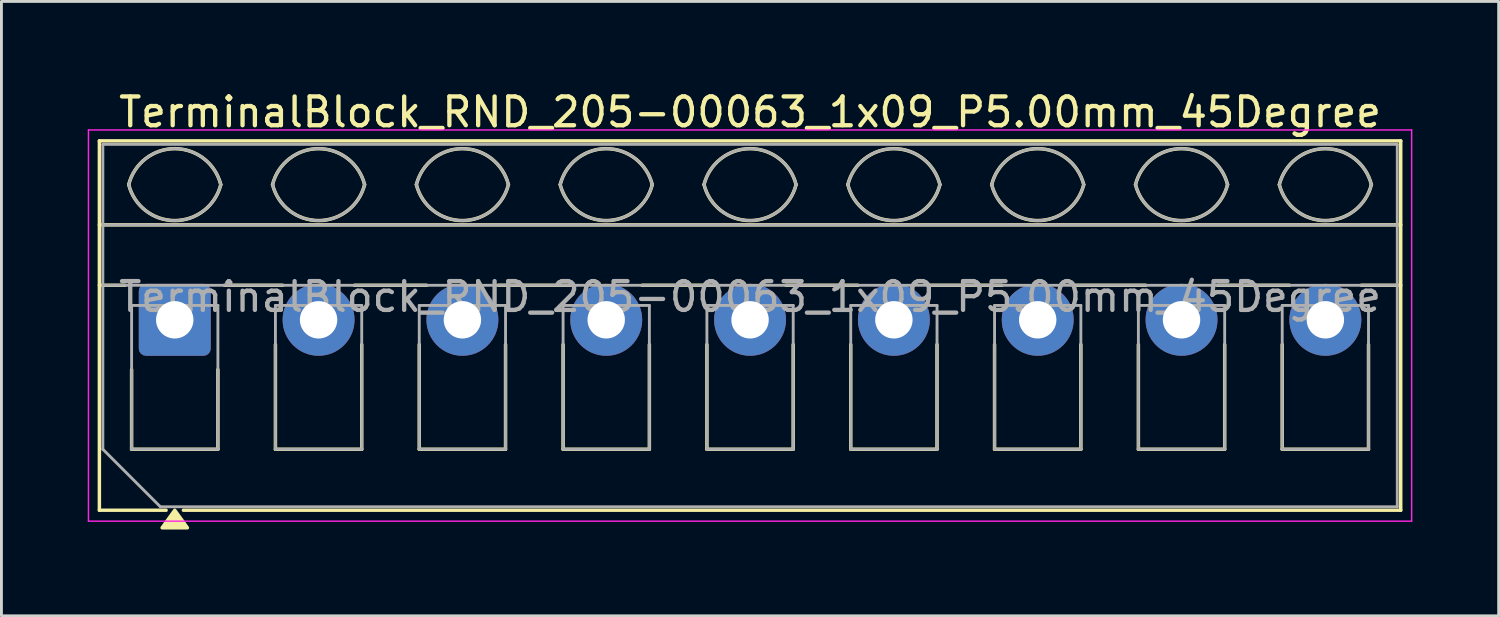
<source format=kicad_pcb>
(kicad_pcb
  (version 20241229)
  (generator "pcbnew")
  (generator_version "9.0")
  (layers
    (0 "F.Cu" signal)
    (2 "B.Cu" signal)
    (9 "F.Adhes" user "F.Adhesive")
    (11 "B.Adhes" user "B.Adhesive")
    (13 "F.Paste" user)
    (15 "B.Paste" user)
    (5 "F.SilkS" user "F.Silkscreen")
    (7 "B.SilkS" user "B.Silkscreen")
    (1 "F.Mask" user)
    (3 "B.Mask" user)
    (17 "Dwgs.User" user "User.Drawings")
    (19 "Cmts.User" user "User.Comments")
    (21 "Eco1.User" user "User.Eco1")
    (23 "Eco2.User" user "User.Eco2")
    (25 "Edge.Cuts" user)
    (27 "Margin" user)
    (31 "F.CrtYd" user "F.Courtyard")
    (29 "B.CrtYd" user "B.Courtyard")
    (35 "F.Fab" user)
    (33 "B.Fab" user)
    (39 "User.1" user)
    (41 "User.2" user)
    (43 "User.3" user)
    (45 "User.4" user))
  (footprint "TerminalBlock_RND_205-00063_1x09_P5.00mm_45Degree"
    (layer "F.Cu")
    (at 3.025 8.068)
    (property "Reference" "TerminalBlock_RND_205-00063_1x09_P5.00mm_45Degree" (at 20 -7.22 0) (layer "F.SilkS") (effects (font (size 1 1) (thickness 0.15))))
    (attr through_hole)
    (fp_line (start -2.62 -6.22) (end 42.62 -6.22) (stroke (width 0.12) (type solid)) (layer "F.SilkS"))
    (fp_line (start -2.62 -3.3) (end 42.62 -3.3) (stroke (width 0.12) (type solid)) (layer "F.SilkS"))
    (fp_line (start -2.62 -1.2) (end -1.73 -1.2) (stroke (width 0.12) (type solid)) (layer "F.SilkS"))
    (fp_line (start -2.62 6.62) (end -2.62 -6.22) (stroke (width 0.12) (type solid)) (layer "F.SilkS"))
    (fp_line (start -1.5 4.5) (end -1.5 1.73) (stroke (width 0.12) (type solid)) (layer "F.SilkS"))
    (fp_line (start -0.3 6.62) (end -2.62 6.62) (stroke (width 0.12) (type solid)) (layer "F.SilkS"))
    (fp_line (start 1.5 1.73) (end 1.5 4.5) (stroke (width 0.12) (type solid)) (layer "F.SilkS"))
    (fp_line (start 1.5 4.5) (end -1.5 4.5) (stroke (width 0.12) (type solid)) (layer "F.SilkS"))
    (fp_line (start 1.73 -1.2) (end 3.754 -1.2) (stroke (width 0.12) (type solid)) (layer "F.SilkS"))
    (fp_line (start 3.5 4.5) (end 3.5 0.862) (stroke (width 0.12) (type solid)) (layer "F.SilkS"))
    (fp_line (start 6.246 -1.2) (end 8.754 -1.2) (stroke (width 0.12) (type solid)) (layer "F.SilkS"))
    (fp_line (start 6.5 0.862) (end 6.5 4.5) (stroke (width 0.12) (type solid)) (layer "F.SilkS"))
    (fp_line (start 6.5 4.5) (end 3.5 4.5) (stroke (width 0.12) (type solid)) (layer "F.SilkS"))
    (fp_line (start 8.5 4.5) (end 8.5 0.862) (stroke (width 0.12) (type solid)) (layer "F.SilkS"))
    (fp_line (start 11.246 -1.2) (end 13.754 -1.2) (stroke (width 0.12) (type solid)) (layer "F.SilkS"))
    (fp_line (start 11.5 0.862) (end 11.5 4.5) (stroke (width 0.12) (type solid)) (layer "F.SilkS"))
    (fp_line (start 11.5 4.5) (end 8.5 4.5) (stroke (width 0.12) (type solid)) (layer "F.SilkS"))
    (fp_line (start 13.5 4.5) (end 13.5 0.862) (stroke (width 0.12) (type solid)) (layer "F.SilkS"))
    (fp_line (start 16.246 -1.2) (end 18.754 -1.2) (stroke (width 0.12) (type solid)) (layer "F.SilkS"))
    (fp_line (start 16.5 0.862) (end 16.5 4.5) (stroke (width 0.12) (type solid)) (layer "F.SilkS"))
    (fp_line (start 16.5 4.5) (end 13.5 4.5) (stroke (width 0.12) (type solid)) (layer "F.SilkS"))
    (fp_line (start 18.5 4.5) (end 18.5 0.862) (stroke (width 0.12) (type solid)) (layer "F.SilkS"))
    (fp_line (start 21.246 -1.2) (end 23.754 -1.2) (stroke (width 0.12) (type solid)) (layer "F.SilkS"))
    (fp_line (start 21.5 0.862) (end 21.5 4.5) (stroke (width 0.12) (type solid)) (layer "F.SilkS"))
    (fp_line (start 21.5 4.5) (end 18.5 4.5) (stroke (width 0.12) (type solid)) (layer "F.SilkS"))
    (fp_line (start 23.5 4.5) (end 23.5 0.862) (stroke (width 0.12) (type solid)) (layer "F.SilkS"))
    (fp_line (start 26.246 -1.2) (end 28.754 -1.2) (stroke (width 0.12) (type solid)) (layer "F.SilkS"))
    (fp_line (start 26.5 0.862) (end 26.5 4.5) (stroke (width 0.12) (type solid)) (layer "F.SilkS"))
    (fp_line (start 26.5 4.5) (end 23.5 4.5) (stroke (width 0.12) (type solid)) (layer "F.SilkS"))
    (fp_line (start 28.5 4.5) (end 28.5 0.862) (stroke (width 0.12) (type solid)) (layer "F.SilkS"))
    (fp_line (start 31.246 -1.2) (end 33.754 -1.2) (stroke (width 0.12) (type solid)) (layer "F.SilkS"))
    (fp_line (start 31.5 0.862) (end 31.5 4.5) (stroke (width 0.12) (type solid)) (layer "F.SilkS"))
    (fp_line (start 31.5 4.5) (end 28.5 4.5) (stroke (width 0.12) (type solid)) (layer "F.SilkS"))
    (fp_line (start 33.5 4.5) (end 33.5 0.862) (stroke (width 0.12) (type solid)) (layer "F.SilkS"))
    (fp_line (start 36.246 -1.2) (end 38.754 -1.2) (stroke (width 0.12) (type solid)) (layer "F.SilkS"))
    (fp_line (start 36.5 0.862) (end 36.5 4.5) (stroke (width 0.12) (type solid)) (layer "F.SilkS"))
    (fp_line (start 36.5 4.5) (end 33.5 4.5) (stroke (width 0.12) (type solid)) (layer "F.SilkS"))
    (fp_line (start 38.5 4.5) (end 38.5 0.862) (stroke (width 0.12) (type solid)) (layer "F.SilkS"))
    (fp_line (start 41.246 -1.2) (end 42.62 -1.2) (stroke (width 0.12) (type solid)) (layer "F.SilkS"))
    (fp_line (start 41.5 0.862) (end 41.5 4.5) (stroke (width 0.12) (type solid)) (layer "F.SilkS"))
    (fp_line (start 41.5 4.5) (end 38.5 4.5) (stroke (width 0.12) (type solid)) (layer "F.SilkS"))
    (fp_line (start 42.62 -6.22) (end 42.62 6.62) (stroke (width 0.12) (type solid)) (layer "F.SilkS"))
    (fp_line (start 42.62 6.62) (end 0.3 6.62) (stroke (width 0.12) (type solid)) (layer "F.SilkS"))
    (fp_arc (start -1.6 -4.7) (mid 0 -5.95) (end 1.6 -4.7) (stroke (width 0.12) (type solid)) (layer "F.SilkS"))
    (fp_arc (start 1.6 -4.7) (mid 0 -3.45) (end -1.6 -4.7) (stroke (width 0.12) (type solid)) (layer "F.SilkS"))
    (fp_arc (start 3.4 -4.7) (mid 5 -5.95) (end 6.6 -4.7) (stroke (width 0.12) (type solid)) (layer "F.SilkS"))
    (fp_arc (start 6.6 -4.7) (mid 5 -3.45) (end 3.4 -4.7) (stroke (width 0.12) (type solid)) (layer "F.SilkS"))
    (fp_arc (start 8.4 -4.7) (mid 10 -5.95) (end 11.6 -4.7) (stroke (width 0.12) (type solid)) (layer "F.SilkS"))
    (fp_arc (start 11.6 -4.7) (mid 10 -3.45) (end 8.4 -4.7) (stroke (width 0.12) (type solid)) (layer "F.SilkS"))
    (fp_arc (start 13.4 -4.7) (mid 15 -5.95) (end 16.6 -4.7) (stroke (width 0.12) (type solid)) (layer "F.SilkS"))
    (fp_arc (start 16.6 -4.7) (mid 15 -3.45) (end 13.4 -4.7) (stroke (width 0.12) (type solid)) (layer "F.SilkS"))
    (fp_arc (start 18.4 -4.7) (mid 20 -5.95) (end 21.6 -4.7) (stroke (width 0.12) (type solid)) (layer "F.SilkS"))
    (fp_arc (start 21.6 -4.7) (mid 20 -3.45) (end 18.4 -4.7) (stroke (width 0.12) (type solid)) (layer "F.SilkS"))
    (fp_arc (start 23.4 -4.7) (mid 25 -5.95) (end 26.6 -4.7) (stroke (width 0.12) (type solid)) (layer "F.SilkS"))
    (fp_arc (start 26.6 -4.7) (mid 25 -3.45) (end 23.4 -4.7) (stroke (width 0.12) (type solid)) (layer "F.SilkS"))
    (fp_arc (start 28.4 -4.7) (mid 30 -5.95) (end 31.6 -4.7) (stroke (width 0.12) (type solid)) (layer "F.SilkS"))
    (fp_arc (start 31.6 -4.7) (mid 30 -3.45) (end 28.4 -4.7) (stroke (width 0.12) (type solid)) (layer "F.SilkS"))
    (fp_arc (start 33.4 -4.7) (mid 35 -5.95) (end 36.6 -4.7) (stroke (width 0.12) (type solid)) (layer "F.SilkS"))
    (fp_arc (start 36.6 -4.7) (mid 35 -3.45) (end 33.4 -4.7) (stroke (width 0.12) (type solid)) (layer "F.SilkS"))
    (fp_arc (start 38.4 -4.7) (mid 40 -5.95) (end 41.6 -4.7) (stroke (width 0.12) (type solid)) (layer "F.SilkS"))
    (fp_arc (start 41.6 -4.7) (mid 40 -3.45) (end 38.4 -4.7) (stroke (width 0.12) (type solid)) (layer "F.SilkS"))
    (fp_poly (pts (xy 0 6.62) (xy 0.44 7.23) (xy -0.44 7.23)) (stroke (width 0.12) (type solid)) (fill yes) (layer "F.SilkS"))
    (fp_line (start -3 -6.6) (end -3 7) (stroke (width 0.05) (type solid)) (layer "F.CrtYd"))
    (fp_line (start -3 7) (end 43 7) (stroke (width 0.05) (type solid)) (layer "F.CrtYd"))
    (fp_line (start 43 -6.6) (end -3 -6.6) (stroke (width 0.05) (type solid)) (layer "F.CrtYd"))
    (fp_line (start 43 7) (end 43 -6.6) (stroke (width 0.05) (type solid)) (layer "F.CrtYd"))
    (fp_line (start -2.5 -6.1) (end 42.5 -6.1) (stroke (width 0.1) (type solid)) (layer "F.Fab"))
    (fp_line (start -2.5 -3.3) (end 42.5 -3.3) (stroke (width 0.1) (type solid)) (layer "F.Fab"))
    (fp_line (start -2.5 -1.2) (end 42.5 -1.2) (stroke (width 0.1) (type solid)) (layer "F.Fab"))
    (fp_line (start -2.5 4.5) (end -2.5 -6.1) (stroke (width 0.1) (type solid)) (layer "F.Fab"))
    (fp_line (start -1.5 -0.5) (end -1.5 4.5) (stroke (width 0.1) (type solid)) (layer "F.Fab"))
    (fp_line (start -1.5 4.5) (end 1.5 4.5) (stroke (width 0.1) (type solid)) (layer "F.Fab"))
    (fp_line (start -0.5 6.5) (end -2.5 4.5) (stroke (width 0.1) (type solid)) (layer "F.Fab"))
    (fp_line (start 1.5 -0.5) (end -1.5 -0.5) (stroke (width 0.1) (type solid)) (layer "F.Fab"))
    (fp_line (start 1.5 4.5) (end 1.5 -0.5) (stroke (width 0.1) (type solid)) (layer "F.Fab"))
    (fp_line (start 3.5 -0.5) (end 3.5 4.5) (stroke (width 0.1) (type solid)) (layer "F.Fab"))
    (fp_line (start 3.5 4.5) (end 6.5 4.5) (stroke (width 0.1) (type solid)) (layer "F.Fab"))
    (fp_line (start 6.5 -0.5) (end 3.5 -0.5) (stroke (width 0.1) (type solid)) (layer "F.Fab"))
    (fp_line (start 6.5 4.5) (end 6.5 -0.5) (stroke (width 0.1) (type solid)) (layer "F.Fab"))
    (fp_line (start 8.5 -0.5) (end 8.5 4.5) (stroke (width 0.1) (type solid)) (layer "F.Fab"))
    (fp_line (start 8.5 4.5) (end 11.5 4.5) (stroke (width 0.1) (type solid)) (layer "F.Fab"))
    (fp_line (start 11.5 -0.5) (end 8.5 -0.5) (stroke (width 0.1) (type solid)) (layer "F.Fab"))
    (fp_line (start 11.5 4.5) (end 11.5 -0.5) (stroke (width 0.1) (type solid)) (layer "F.Fab"))
    (fp_line (start 13.5 -0.5) (end 13.5 4.5) (stroke (width 0.1) (type solid)) (layer "F.Fab"))
    (fp_line (start 13.5 4.5) (end 16.5 4.5) (stroke (width 0.1) (type solid)) (layer "F.Fab"))
    (fp_line (start 16.5 -0.5) (end 13.5 -0.5) (stroke (width 0.1) (type solid)) (layer "F.Fab"))
    (fp_line (start 16.5 4.5) (end 16.5 -0.5) (stroke (width 0.1) (type solid)) (layer "F.Fab"))
    (fp_line (start 18.5 -0.5) (end 18.5 4.5) (stroke (width 0.1) (type solid)) (layer "F.Fab"))
    (fp_line (start 18.5 4.5) (end 21.5 4.5) (stroke (width 0.1) (type solid)) (layer "F.Fab"))
    (fp_line (start 21.5 -0.5) (end 18.5 -0.5) (stroke (width 0.1) (type solid)) (layer "F.Fab"))
    (fp_line (start 21.5 4.5) (end 21.5 -0.5) (stroke (width 0.1) (type solid)) (layer "F.Fab"))
    (fp_line (start 23.5 -0.5) (end 23.5 4.5) (stroke (width 0.1) (type solid)) (layer "F.Fab"))
    (fp_line (start 23.5 4.5) (end 26.5 4.5) (stroke (width 0.1) (type solid)) (layer "F.Fab"))
    (fp_line (start 26.5 -0.5) (end 23.5 -0.5) (stroke (width 0.1) (type solid)) (layer "F.Fab"))
    (fp_line (start 26.5 4.5) (end 26.5 -0.5) (stroke (width 0.1) (type solid)) (layer "F.Fab"))
    (fp_line (start 28.5 -0.5) (end 28.5 4.5) (stroke (width 0.1) (type solid)) (layer "F.Fab"))
    (fp_line (start 28.5 4.5) (end 31.5 4.5) (stroke (width 0.1) (type solid)) (layer "F.Fab"))
    (fp_line (start 31.5 -0.5) (end 28.5 -0.5) (stroke (width 0.1) (type solid)) (layer "F.Fab"))
    (fp_line (start 31.5 4.5) (end 31.5 -0.5) (stroke (width 0.1) (type solid)) (layer "F.Fab"))
    (fp_line (start 33.5 -0.5) (end 33.5 4.5) (stroke (width 0.1) (type solid)) (layer "F.Fab"))
    (fp_line (start 33.5 4.5) (end 36.5 4.5) (stroke (width 0.1) (type solid)) (layer "F.Fab"))
    (fp_line (start 36.5 -0.5) (end 33.5 -0.5) (stroke (width 0.1) (type solid)) (layer "F.Fab"))
    (fp_line (start 36.5 4.5) (end 36.5 -0.5) (stroke (width 0.1) (type solid)) (layer "F.Fab"))
    (fp_line (start 38.5 -0.5) (end 38.5 4.5) (stroke (width 0.1) (type solid)) (layer "F.Fab"))
    (fp_line (start 38.5 4.5) (end 41.5 4.5) (stroke (width 0.1) (type solid)) (layer "F.Fab"))
    (fp_line (start 41.5 -0.5) (end 38.5 -0.5) (stroke (width 0.1) (type solid)) (layer "F.Fab"))
    (fp_line (start 41.5 4.5) (end 41.5 -0.5) (stroke (width 0.1) (type solid)) (layer "F.Fab"))
    (fp_line (start 42.5 -6.1) (end 42.5 6.5) (stroke (width 0.1) (type solid)) (layer "F.Fab"))
    (fp_line (start 42.5 6.5) (end -0.5 6.5) (stroke (width 0.1) (type solid)) (layer "F.Fab"))
    (fp_arc (start -1.6 -4.7) (mid 0 -5.95) (end 1.6 -4.7) (stroke (width 0.1) (type solid)) (layer "F.Fab"))
    (fp_arc (start 1.6 -4.7) (mid 0 -3.45) (end -1.6 -4.7) (stroke (width 0.1) (type solid)) (layer "F.Fab"))
    (fp_arc (start 3.4 -4.7) (mid 5 -5.95) (end 6.6 -4.7) (stroke (width 0.1) (type solid)) (layer "F.Fab"))
    (fp_arc (start 6.6 -4.7) (mid 5 -3.45) (end 3.4 -4.7) (stroke (width 0.1) (type solid)) (layer "F.Fab"))
    (fp_arc (start 8.4 -4.7) (mid 10 -5.95) (end 11.6 -4.7) (stroke (width 0.1) (type solid)) (layer "F.Fab"))
    (fp_arc (start 11.6 -4.7) (mid 10 -3.45) (end 8.4 -4.7) (stroke (width 0.1) (type solid)) (layer "F.Fab"))
    (fp_arc (start 13.4 -4.7) (mid 15 -5.95) (end 16.6 -4.7) (stroke (width 0.1) (type solid)) (layer "F.Fab"))
    (fp_arc (start 16.6 -4.7) (mid 15 -3.45) (end 13.4 -4.7) (stroke (width 0.1) (type solid)) (layer "F.Fab"))
    (fp_arc (start 18.4 -4.7) (mid 20 -5.95) (end 21.6 -4.7) (stroke (width 0.1) (type solid)) (layer "F.Fab"))
    (fp_arc (start 21.6 -4.7) (mid 20 -3.45) (end 18.4 -4.7) (stroke (width 0.1) (type solid)) (layer "F.Fab"))
    (fp_arc (start 23.4 -4.7) (mid 25 -5.95) (end 26.6 -4.7) (stroke (width 0.1) (type solid)) (layer "F.Fab"))
    (fp_arc (start 26.6 -4.7) (mid 25 -3.45) (end 23.4 -4.7) (stroke (width 0.1) (type solid)) (layer "F.Fab"))
    (fp_arc (start 28.4 -4.7) (mid 30 -5.95) (end 31.6 -4.7) (stroke (width 0.1) (type solid)) (layer "F.Fab"))
    (fp_arc (start 31.6 -4.7) (mid 30 -3.45) (end 28.4 -4.7) (stroke (width 0.1) (type solid)) (layer "F.Fab"))
    (fp_arc (start 33.4 -4.7) (mid 35 -5.95) (end 36.6 -4.7) (stroke (width 0.1) (type solid)) (layer "F.Fab"))
    (fp_arc (start 36.6 -4.7) (mid 35 -3.45) (end 33.4 -4.7) (stroke (width 0.1) (type solid)) (layer "F.Fab"))
    (fp_arc (start 38.4 -4.7) (mid 40 -5.95) (end 41.6 -4.7) (stroke (width 0.1) (type solid)) (layer "F.Fab"))
    (fp_arc (start 41.6 -4.7) (mid 40 -3.45) (end 38.4 -4.7) (stroke (width 0.1) (type solid)) (layer "F.Fab"))
    (fp_text user "${REFERENCE}" (at 20 -0.8 0) (layer "F.Fab") (effects (font (size 1 1) (thickness 0.15))))
    (pad "1" thru_hole roundrect (at 0 0) (size 2.5 2.5) (drill 1.3) (layers "*.Cu" "*.Mask") (roundrect_rratio 0.1))
    (pad "2" thru_hole circle (at 5 0) (size 2.5 2.5) (drill 1.3) (layers "*.Cu" "*.Mask"))
    (pad "3" thru_hole circle (at 10 0) (size 2.5 2.5) (drill 1.3) (layers "*.Cu" "*.Mask"))
    (pad "4" thru_hole circle (at 15 0) (size 2.5 2.5) (drill 1.3) (layers "*.Cu" "*.Mask"))
    (pad "5" thru_hole circle (at 20 0) (size 2.5 2.5) (drill 1.3) (layers "*.Cu" "*.Mask"))
    (pad "6" thru_hole circle (at 25 0) (size 2.5 2.5) (drill 1.3) (layers "*.Cu" "*.Mask"))
    (pad "7" thru_hole circle (at 30 0) (size 2.5 2.5) (drill 1.3) (layers "*.Cu" "*.Mask"))
    (pad "8" thru_hole circle (at 35 0) (size 2.5 2.5) (drill 1.3) (layers "*.Cu" "*.Mask"))
    (pad "9" thru_hole circle (at 40 0) (size 2.5 2.5) (drill 1.3) (layers "*.Cu" "*.Mask")))
  (gr_rect
    (start -3 -3)
    (end 49.05 18.358)
    (stroke (width 0.1) (type default))
    (fill no)
    (layer "Edge.Cuts")))
</source>
